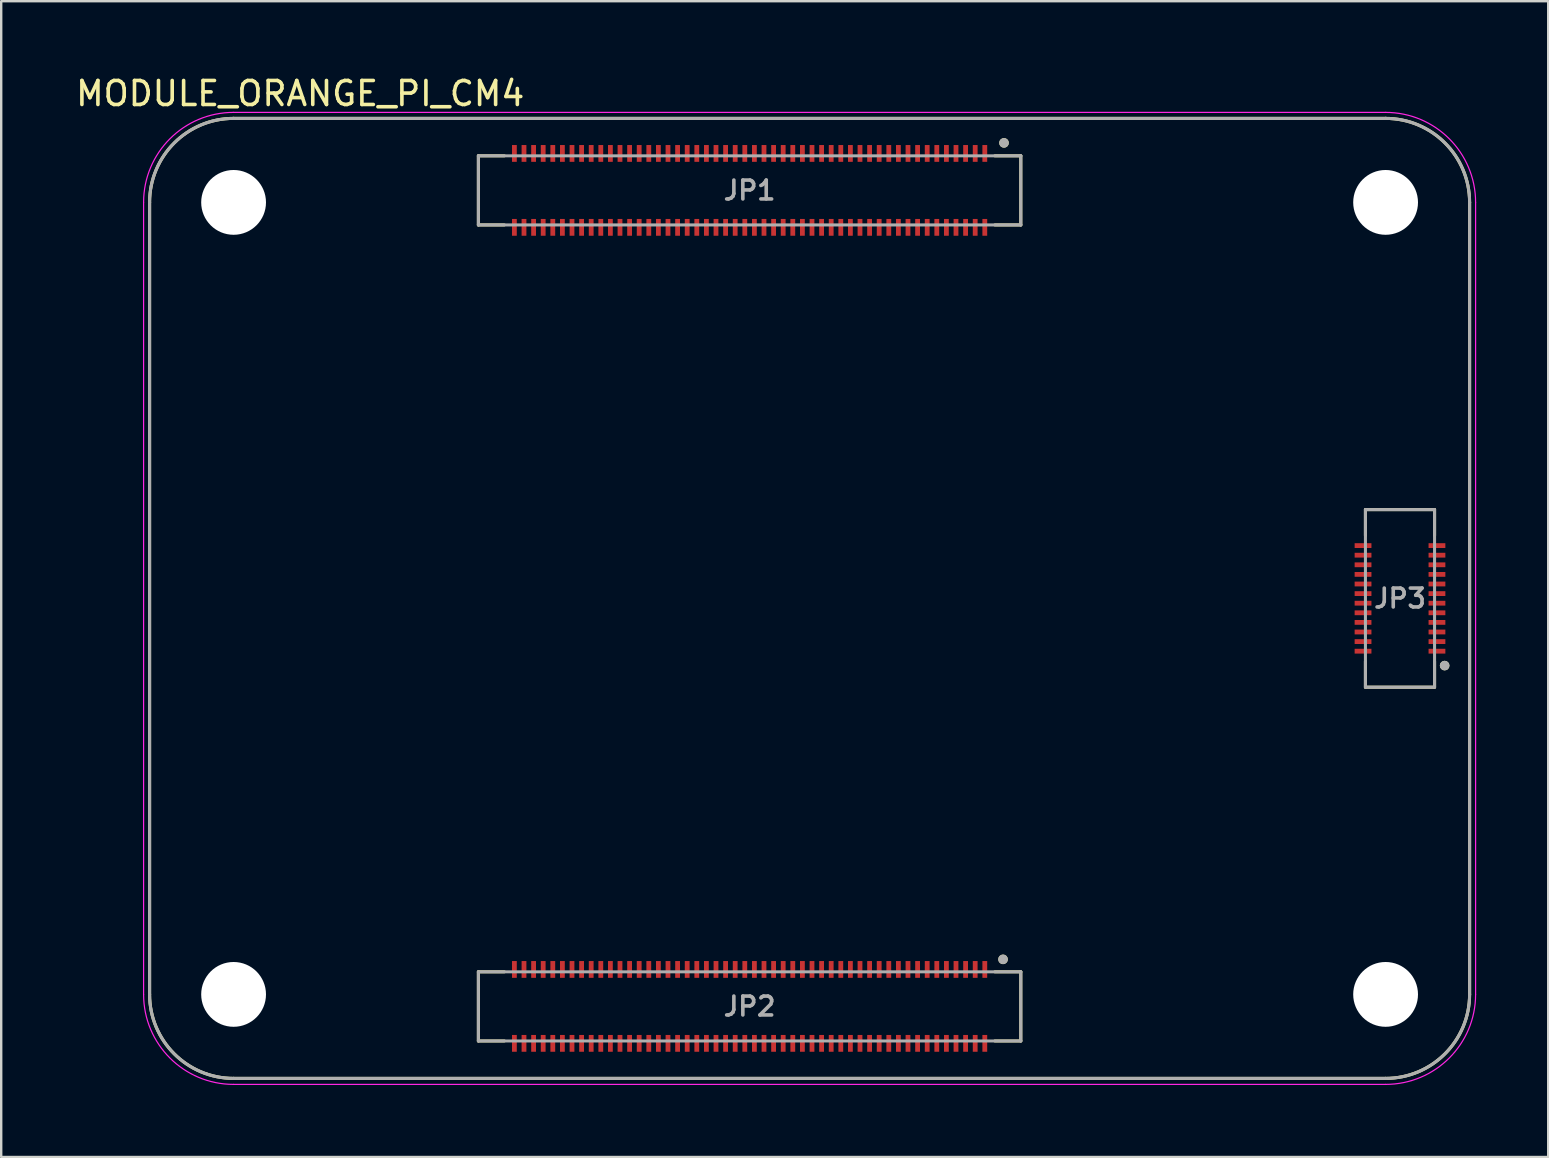
<source format=kicad_pcb>
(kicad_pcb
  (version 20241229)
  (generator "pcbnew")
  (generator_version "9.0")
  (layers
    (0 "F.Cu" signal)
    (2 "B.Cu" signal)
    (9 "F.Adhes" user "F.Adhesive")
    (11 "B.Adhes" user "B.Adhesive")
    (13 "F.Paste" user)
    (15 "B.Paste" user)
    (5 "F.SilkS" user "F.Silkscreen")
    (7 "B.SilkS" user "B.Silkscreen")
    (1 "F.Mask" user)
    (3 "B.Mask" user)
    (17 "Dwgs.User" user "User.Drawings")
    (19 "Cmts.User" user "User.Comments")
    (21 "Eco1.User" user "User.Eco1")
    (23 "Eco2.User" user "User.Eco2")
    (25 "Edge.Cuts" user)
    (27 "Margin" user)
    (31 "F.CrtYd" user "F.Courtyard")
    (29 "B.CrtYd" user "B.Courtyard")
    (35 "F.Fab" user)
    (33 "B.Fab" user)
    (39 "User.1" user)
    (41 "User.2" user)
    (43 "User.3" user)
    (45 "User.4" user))
  (footprint "MODULE_ORANGE_PI_CM4"
    (layer "F.Cu")
    (at 30.683 21.883)
    (property "Reference" "MODULE_ORANGE_PI_CM4" (at -21.225 -21.035 180) (layer "F.SilkS") (effects (font (size 1 1) (thickness 0.15))))
    (attr smd)
    (fp_line (start -27.5 -16.5) (end -27.5 16.5) (stroke (width 0.127) (type solid)) (layer "F.SilkS"))
    (fp_line (start -24 20) (end 24 20) (stroke (width 0.127) (type solid)) (layer "F.SilkS"))
    (fp_line (start -13.8 -18.44) (end -13.8 -15.56) (stroke (width 0.127) (type solid)) (layer "F.SilkS"))
    (fp_line (start -13.8 -15.56) (end -12.72 -15.56) (stroke (width 0.127) (type solid)) (layer "F.SilkS"))
    (fp_line (start -13.8 15.56) (end -13.8 18.44) (stroke (width 0.127) (type solid)) (layer "F.SilkS"))
    (fp_line (start -13.8 18.44) (end -12.72 18.44) (stroke (width 0.127) (type solid)) (layer "F.SilkS"))
    (fp_line (start -12.72 -18.44) (end -13.8 -18.44) (stroke (width 0.127) (type solid)) (layer "F.SilkS"))
    (fp_line (start -12.72 15.56) (end -13.8 15.56) (stroke (width 0.127) (type solid)) (layer "F.SilkS"))
    (fp_line (start 8.8 -18.44) (end 7.72 -18.44) (stroke (width 0.127) (type solid)) (layer "F.SilkS"))
    (fp_line (start 8.8 -18.44) (end 8.8 -15.56) (stroke (width 0.127) (type solid)) (layer "F.SilkS"))
    (fp_line (start 8.8 -15.56) (end 7.72 -15.56) (stroke (width 0.127) (type solid)) (layer "F.SilkS"))
    (fp_line (start 8.8 15.56) (end 7.72 15.56) (stroke (width 0.127) (type solid)) (layer "F.SilkS"))
    (fp_line (start 8.8 15.56) (end 8.8 18.44) (stroke (width 0.127) (type solid)) (layer "F.SilkS"))
    (fp_line (start 8.8 18.44) (end 7.72 18.44) (stroke (width 0.127) (type solid)) (layer "F.SilkS"))
    (fp_line (start 23.16 -3.7) (end 26.04 -3.7) (stroke (width 0.127) (type solid)) (layer "F.SilkS"))
    (fp_line (start 23.16 -2.62) (end 23.16 -3.7) (stroke (width 0.127) (type solid)) (layer "F.SilkS"))
    (fp_line (start 23.16 2.62) (end 23.16 3.7) (stroke (width 0.127) (type solid)) (layer "F.SilkS"))
    (fp_line (start 23.16 3.7) (end 26.04 3.7) (stroke (width 0.127) (type solid)) (layer "F.SilkS"))
    (fp_line (start 24 -20) (end -24 -20) (stroke (width 0.127) (type solid)) (layer "F.SilkS"))
    (fp_line (start 26.04 -3.7) (end 26.04 -2.62) (stroke (width 0.127) (type solid)) (layer "F.SilkS"))
    (fp_line (start 26.04 3.7) (end 26.04 2.62) (stroke (width 0.127) (type solid)) (layer "F.SilkS"))
    (fp_line (start 27.5 16.5) (end 27.5 -16.5) (stroke (width 0.127) (type solid)) (layer "F.SilkS"))
    (fp_arc (start -27.5 -16.5) (mid -26.474874 -18.974874) (end -24 -20) (stroke (width 0.127) (type solid)) (layer "F.SilkS"))
    (fp_arc (start -24 20) (mid -26.474874 18.974874) (end -27.5 16.5) (stroke (width 0.127) (type solid)) (layer "F.SilkS"))
    (fp_arc (start 24 -20) (mid 26.474874 -18.974874) (end 27.5 -16.5) (stroke (width 0.127) (type solid)) (layer "F.SilkS"))
    (fp_arc (start 27.5 16.5) (mid 26.474874 18.974874) (end 24 20) (stroke (width 0.127) (type solid)) (layer "F.SilkS"))
    (fp_circle (center 8.06 15.04) (end 8.16 15.04) (stroke (width 0.2) (type solid)) (fill no) (layer "F.SilkS"))
    (fp_circle (center 8.1 -18.98) (end 8.2 -18.98) (stroke (width 0.2) (type solid)) (fill no) (layer "F.SilkS"))
    (fp_circle (center 26.46 2.8) (end 26.56 2.8) (stroke (width 0.2) (type solid)) (fill no) (layer "F.SilkS"))
    (fp_poly (pts (xy -12.389 -18.853) (xy -12.21 -18.853) (xy -12.21 -18.227) (xy -12.389 -18.227)) (stroke (width 0.01) (type solid)) (fill yes) (layer "F.Paste"))
    (fp_poly (pts (xy -12.389 -15.773) (xy -12.21 -15.773) (xy -12.21 -15.147) (xy -12.389 -15.147)) (stroke (width 0.01) (type solid)) (fill yes) (layer "F.Paste"))
    (fp_poly (pts (xy -12.389 15.147) (xy -12.21 15.147) (xy -12.21 15.773) (xy -12.389 15.773)) (stroke (width 0.01) (type solid)) (fill yes) (layer "F.Paste"))
    (fp_poly (pts (xy -12.389 18.227) (xy -12.21 18.227) (xy -12.21 18.853) (xy -12.389 18.853)) (stroke (width 0.01) (type solid)) (fill yes) (layer "F.Paste"))
    (fp_poly (pts (xy -11.989 -18.853) (xy -11.81 -18.853) (xy -11.81 -18.227) (xy -11.989 -18.227)) (stroke (width 0.01) (type solid)) (fill yes) (layer "F.Paste"))
    (fp_poly (pts (xy -11.989 -15.773) (xy -11.81 -15.773) (xy -11.81 -15.147) (xy -11.989 -15.147)) (stroke (width 0.01) (type solid)) (fill yes) (layer "F.Paste"))
    (fp_poly (pts (xy -11.989 15.147) (xy -11.81 15.147) (xy -11.81 15.773) (xy -11.989 15.773)) (stroke (width 0.01) (type solid)) (fill yes) (layer "F.Paste"))
    (fp_poly (pts (xy -11.989 18.227) (xy -11.81 18.227) (xy -11.81 18.853) (xy -11.989 18.853)) (stroke (width 0.01) (type solid)) (fill yes) (layer "F.Paste"))
    (fp_poly (pts (xy -11.589 -18.853) (xy -11.411 -18.853) (xy -11.411 -18.227) (xy -11.589 -18.227)) (stroke (width 0.01) (type solid)) (fill yes) (layer "F.Paste"))
    (fp_poly (pts (xy -11.589 -15.773) (xy -11.411 -15.773) (xy -11.411 -15.147) (xy -11.589 -15.147)) (stroke (width 0.01) (type solid)) (fill yes) (layer "F.Paste"))
    (fp_poly (pts (xy -11.589 15.147) (xy -11.411 15.147) (xy -11.411 15.773) (xy -11.589 15.773)) (stroke (width 0.01) (type solid)) (fill yes) (layer "F.Paste"))
    (fp_poly (pts (xy -11.589 18.227) (xy -11.411 18.227) (xy -11.411 18.853) (xy -11.589 18.853)) (stroke (width 0.01) (type solid)) (fill yes) (layer "F.Paste"))
    (fp_poly (pts (xy -11.19 -18.853) (xy -11.011 -18.853) (xy -11.011 -18.227) (xy -11.19 -18.227)) (stroke (width 0.01) (type solid)) (fill yes) (layer "F.Paste"))
    (fp_poly (pts (xy -11.19 -15.773) (xy -11.011 -15.773) (xy -11.011 -15.147) (xy -11.19 -15.147)) (stroke (width 0.01) (type solid)) (fill yes) (layer "F.Paste"))
    (fp_poly (pts (xy -11.19 15.147) (xy -11.011 15.147) (xy -11.011 15.773) (xy -11.19 15.773)) (stroke (width 0.01) (type solid)) (fill yes) (layer "F.Paste"))
    (fp_poly (pts (xy -11.19 18.227) (xy -11.011 18.227) (xy -11.011 18.853) (xy -11.19 18.853)) (stroke (width 0.01) (type solid)) (fill yes) (layer "F.Paste"))
    (fp_poly (pts (xy -10.79 -18.853) (xy -10.611 -18.853) (xy -10.611 -18.227) (xy -10.79 -18.227)) (stroke (width 0.01) (type solid)) (fill yes) (layer "F.Paste"))
    (fp_poly (pts (xy -10.79 -15.773) (xy -10.611 -15.773) (xy -10.611 -15.147) (xy -10.79 -15.147)) (stroke (width 0.01) (type solid)) (fill yes) (layer "F.Paste"))
    (fp_poly (pts (xy -10.79 15.147) (xy -10.611 15.147) (xy -10.611 15.773) (xy -10.79 15.773)) (stroke (width 0.01) (type solid)) (fill yes) (layer "F.Paste"))
    (fp_poly (pts (xy -10.79 18.227) (xy -10.611 18.227) (xy -10.611 18.853) (xy -10.79 18.853)) (stroke (width 0.01) (type solid)) (fill yes) (layer "F.Paste"))
    (fp_poly (pts (xy -10.389 -18.853) (xy -10.21 -18.853) (xy -10.21 -18.227) (xy -10.389 -18.227)) (stroke (width 0.01) (type solid)) (fill yes) (layer "F.Paste"))
    (fp_poly (pts (xy -10.389 -15.773) (xy -10.21 -15.773) (xy -10.21 -15.147) (xy -10.389 -15.147)) (stroke (width 0.01) (type solid)) (fill yes) (layer "F.Paste"))
    (fp_poly (pts (xy -10.389 15.147) (xy -10.21 15.147) (xy -10.21 15.773) (xy -10.389 15.773)) (stroke (width 0.01) (type solid)) (fill yes) (layer "F.Paste"))
    (fp_poly (pts (xy -10.389 18.227) (xy -10.21 18.227) (xy -10.21 18.853) (xy -10.389 18.853)) (stroke (width 0.01) (type solid)) (fill yes) (layer "F.Paste"))
    (fp_poly (pts (xy -9.989 -18.853) (xy -9.81 -18.853) (xy -9.81 -18.227) (xy -9.989 -18.227)) (stroke (width 0.01) (type solid)) (fill yes) (layer "F.Paste"))
    (fp_poly (pts (xy -9.989 -15.773) (xy -9.81 -15.773) (xy -9.81 -15.147) (xy -9.989 -15.147)) (stroke (width 0.01) (type solid)) (fill yes) (layer "F.Paste"))
    (fp_poly (pts (xy -9.989 15.147) (xy -9.81 15.147) (xy -9.81 15.773) (xy -9.989 15.773)) (stroke (width 0.01) (type solid)) (fill yes) (layer "F.Paste"))
    (fp_poly (pts (xy -9.989 18.227) (xy -9.81 18.227) (xy -9.81 18.853) (xy -9.989 18.853)) (stroke (width 0.01) (type solid)) (fill yes) (layer "F.Paste"))
    (fp_poly (pts (xy -9.589 -18.853) (xy -9.411 -18.853) (xy -9.411 -18.227) (xy -9.589 -18.227)) (stroke (width 0.01) (type solid)) (fill yes) (layer "F.Paste"))
    (fp_poly (pts (xy -9.589 -15.773) (xy -9.411 -15.773) (xy -9.411 -15.147) (xy -9.589 -15.147)) (stroke (width 0.01) (type solid)) (fill yes) (layer "F.Paste"))
    (fp_poly (pts (xy -9.589 15.147) (xy -9.411 15.147) (xy -9.411 15.773) (xy -9.589 15.773)) (stroke (width 0.01) (type solid)) (fill yes) (layer "F.Paste"))
    (fp_poly (pts (xy -9.589 18.227) (xy -9.411 18.227) (xy -9.411 18.853) (xy -9.589 18.853)) (stroke (width 0.01) (type solid)) (fill yes) (layer "F.Paste"))
    (fp_poly (pts (xy -9.19 -18.853) (xy -9.011 -18.853) (xy -9.011 -18.227) (xy -9.19 -18.227)) (stroke (width 0.01) (type solid)) (fill yes) (layer "F.Paste"))
    (fp_poly (pts (xy -9.19 -15.773) (xy -9.011 -15.773) (xy -9.011 -15.147) (xy -9.19 -15.147)) (stroke (width 0.01) (type solid)) (fill yes) (layer "F.Paste"))
    (fp_poly (pts (xy -9.19 15.147) (xy -9.011 15.147) (xy -9.011 15.773) (xy -9.19 15.773)) (stroke (width 0.01) (type solid)) (fill yes) (layer "F.Paste"))
    (fp_poly (pts (xy -9.19 18.227) (xy -9.011 18.227) (xy -9.011 18.853) (xy -9.19 18.853)) (stroke (width 0.01) (type solid)) (fill yes) (layer "F.Paste"))
    (fp_poly (pts (xy -8.79 -18.853) (xy -8.611 -18.853) (xy -8.611 -18.227) (xy -8.79 -18.227)) (stroke (width 0.01) (type solid)) (fill yes) (layer "F.Paste"))
    (fp_poly (pts (xy -8.79 -15.773) (xy -8.611 -15.773) (xy -8.611 -15.147) (xy -8.79 -15.147)) (stroke (width 0.01) (type solid)) (fill yes) (layer "F.Paste"))
    (fp_poly (pts (xy -8.79 15.147) (xy -8.611 15.147) (xy -8.611 15.773) (xy -8.79 15.773)) (stroke (width 0.01) (type solid)) (fill yes) (layer "F.Paste"))
    (fp_poly (pts (xy -8.79 18.227) (xy -8.611 18.227) (xy -8.611 18.853) (xy -8.79 18.853)) (stroke (width 0.01) (type solid)) (fill yes) (layer "F.Paste"))
    (fp_poly (pts (xy -8.389 -18.853) (xy -8.21 -18.853) (xy -8.21 -18.227) (xy -8.389 -18.227)) (stroke (width 0.01) (type solid)) (fill yes) (layer "F.Paste"))
    (fp_poly (pts (xy -8.389 -15.773) (xy -8.21 -15.773) (xy -8.21 -15.147) (xy -8.389 -15.147)) (stroke (width 0.01) (type solid)) (fill yes) (layer "F.Paste"))
    (fp_poly (pts (xy -8.389 15.147) (xy -8.21 15.147) (xy -8.21 15.773) (xy -8.389 15.773)) (stroke (width 0.01) (type solid)) (fill yes) (layer "F.Paste"))
    (fp_poly (pts (xy -8.389 18.227) (xy -8.21 18.227) (xy -8.21 18.853) (xy -8.389 18.853)) (stroke (width 0.01) (type solid)) (fill yes) (layer "F.Paste"))
    (fp_poly (pts (xy -7.989 -18.853) (xy -7.811 -18.853) (xy -7.811 -18.227) (xy -7.989 -18.227)) (stroke (width 0.01) (type solid)) (fill yes) (layer "F.Paste"))
    (fp_poly (pts (xy -7.989 -15.773) (xy -7.811 -15.773) (xy -7.811 -15.147) (xy -7.989 -15.147)) (stroke (width 0.01) (type solid)) (fill yes) (layer "F.Paste"))
    (fp_poly (pts (xy -7.989 15.147) (xy -7.811 15.147) (xy -7.811 15.773) (xy -7.989 15.773)) (stroke (width 0.01) (type solid)) (fill yes) (layer "F.Paste"))
    (fp_poly (pts (xy -7.989 18.227) (xy -7.811 18.227) (xy -7.811 18.853) (xy -7.989 18.853)) (stroke (width 0.01) (type solid)) (fill yes) (layer "F.Paste"))
    (fp_poly (pts (xy -7.59 -18.853) (xy -7.41 -18.853) (xy -7.41 -18.227) (xy -7.59 -18.227)) (stroke (width 0.01) (type solid)) (fill yes) (layer "F.Paste"))
    (fp_poly (pts (xy -7.59 -15.773) (xy -7.41 -15.773) (xy -7.41 -15.147) (xy -7.59 -15.147)) (stroke (width 0.01) (type solid)) (fill yes) (layer "F.Paste"))
    (fp_poly (pts (xy -7.59 15.147) (xy -7.41 15.147) (xy -7.41 15.773) (xy -7.59 15.773)) (stroke (width 0.01) (type solid)) (fill yes) (layer "F.Paste"))
    (fp_poly (pts (xy -7.59 18.227) (xy -7.41 18.227) (xy -7.41 18.853) (xy -7.59 18.853)) (stroke (width 0.01) (type solid)) (fill yes) (layer "F.Paste"))
    (fp_poly (pts (xy -7.189 -18.853) (xy -7.011 -18.853) (xy -7.011 -18.227) (xy -7.189 -18.227)) (stroke (width 0.01) (type solid)) (fill yes) (layer "F.Paste"))
    (fp_poly (pts (xy -7.189 -15.773) (xy -7.011 -15.773) (xy -7.011 -15.147) (xy -7.189 -15.147)) (stroke (width 0.01) (type solid)) (fill yes) (layer "F.Paste"))
    (fp_poly (pts (xy -7.189 15.147) (xy -7.011 15.147) (xy -7.011 15.773) (xy -7.189 15.773)) (stroke (width 0.01) (type solid)) (fill yes) (layer "F.Paste"))
    (fp_poly (pts (xy -7.189 18.227) (xy -7.011 18.227) (xy -7.011 18.853) (xy -7.189 18.853)) (stroke (width 0.01) (type solid)) (fill yes) (layer "F.Paste"))
    (fp_poly (pts (xy -6.79 -18.853) (xy -6.611 -18.853) (xy -6.611 -18.227) (xy -6.79 -18.227)) (stroke (width 0.01) (type solid)) (fill yes) (layer "F.Paste"))
    (fp_poly (pts (xy -6.79 -15.773) (xy -6.611 -15.773) (xy -6.611 -15.147) (xy -6.79 -15.147)) (stroke (width 0.01) (type solid)) (fill yes) (layer "F.Paste"))
    (fp_poly (pts (xy -6.79 15.147) (xy -6.611 15.147) (xy -6.611 15.773) (xy -6.79 15.773)) (stroke (width 0.01) (type solid)) (fill yes) (layer "F.Paste"))
    (fp_poly (pts (xy -6.79 18.227) (xy -6.611 18.227) (xy -6.611 18.853) (xy -6.79 18.853)) (stroke (width 0.01) (type solid)) (fill yes) (layer "F.Paste"))
    (fp_poly (pts (xy -6.389 -18.853) (xy -6.21 -18.853) (xy -6.21 -18.227) (xy -6.389 -18.227)) (stroke (width 0.01) (type solid)) (fill yes) (layer "F.Paste"))
    (fp_poly (pts (xy -6.389 -15.773) (xy -6.21 -15.773) (xy -6.21 -15.147) (xy -6.389 -15.147)) (stroke (width 0.01) (type solid)) (fill yes) (layer "F.Paste"))
    (fp_poly (pts (xy -6.389 15.147) (xy -6.21 15.147) (xy -6.21 15.773) (xy -6.389 15.773)) (stroke (width 0.01) (type solid)) (fill yes) (layer "F.Paste"))
    (fp_poly (pts (xy -6.389 18.227) (xy -6.21 18.227) (xy -6.21 18.853) (xy -6.389 18.853)) (stroke (width 0.01) (type solid)) (fill yes) (layer "F.Paste"))
    (fp_poly (pts (xy -5.989 -18.853) (xy -5.811 -18.853) (xy -5.811 -18.227) (xy -5.989 -18.227)) (stroke (width 0.01) (type solid)) (fill yes) (layer "F.Paste"))
    (fp_poly (pts (xy -5.989 -15.773) (xy -5.811 -15.773) (xy -5.811 -15.147) (xy -5.989 -15.147)) (stroke (width 0.01) (type solid)) (fill yes) (layer "F.Paste"))
    (fp_poly (pts (xy -5.989 15.147) (xy -5.811 15.147) (xy -5.811 15.773) (xy -5.989 15.773)) (stroke (width 0.01) (type solid)) (fill yes) (layer "F.Paste"))
    (fp_poly (pts (xy -5.989 18.227) (xy -5.811 18.227) (xy -5.811 18.853) (xy -5.989 18.853)) (stroke (width 0.01) (type solid)) (fill yes) (layer "F.Paste"))
    (fp_poly (pts (xy -5.59 -18.853) (xy -5.41 -18.853) (xy -5.41 -18.227) (xy -5.59 -18.227)) (stroke (width 0.01) (type solid)) (fill yes) (layer "F.Paste"))
    (fp_poly (pts (xy -5.59 -15.773) (xy -5.41 -15.773) (xy -5.41 -15.147) (xy -5.59 -15.147)) (stroke (width 0.01) (type solid)) (fill yes) (layer "F.Paste"))
    (fp_poly (pts (xy -5.59 15.147) (xy -5.41 15.147) (xy -5.41 15.773) (xy -5.59 15.773)) (stroke (width 0.01) (type solid)) (fill yes) (layer "F.Paste"))
    (fp_poly (pts (xy -5.59 18.227) (xy -5.41 18.227) (xy -5.41 18.853) (xy -5.59 18.853)) (stroke (width 0.01) (type solid)) (fill yes) (layer "F.Paste"))
    (fp_poly (pts (xy -5.189 -18.853) (xy -5.011 -18.853) (xy -5.011 -18.227) (xy -5.189 -18.227)) (stroke (width 0.01) (type solid)) (fill yes) (layer "F.Paste"))
    (fp_poly (pts (xy -5.189 -15.773) (xy -5.011 -15.773) (xy -5.011 -15.147) (xy -5.189 -15.147)) (stroke (width 0.01) (type solid)) (fill yes) (layer "F.Paste"))
    (fp_poly (pts (xy -5.189 15.147) (xy -5.011 15.147) (xy -5.011 15.773) (xy -5.189 15.773)) (stroke (width 0.01) (type solid)) (fill yes) (layer "F.Paste"))
    (fp_poly (pts (xy -5.189 18.227) (xy -5.011 18.227) (xy -5.011 18.853) (xy -5.189 18.853)) (stroke (width 0.01) (type solid)) (fill yes) (layer "F.Paste"))
    (fp_poly (pts (xy -4.79 -18.853) (xy -4.611 -18.853) (xy -4.611 -18.227) (xy -4.79 -18.227)) (stroke (width 0.01) (type solid)) (fill yes) (layer "F.Paste"))
    (fp_poly (pts (xy -4.79 -15.773) (xy -4.611 -15.773) (xy -4.611 -15.147) (xy -4.79 -15.147)) (stroke (width 0.01) (type solid)) (fill yes) (layer "F.Paste"))
    (fp_poly (pts (xy -4.79 15.147) (xy -4.611 15.147) (xy -4.611 15.773) (xy -4.79 15.773)) (stroke (width 0.01) (type solid)) (fill yes) (layer "F.Paste"))
    (fp_poly (pts (xy -4.79 18.227) (xy -4.611 18.227) (xy -4.611 18.853) (xy -4.79 18.853)) (stroke (width 0.01) (type solid)) (fill yes) (layer "F.Paste"))
    (fp_poly (pts (xy -4.389 -18.853) (xy -4.21 -18.853) (xy -4.21 -18.227) (xy -4.389 -18.227)) (stroke (width 0.01) (type solid)) (fill yes) (layer "F.Paste"))
    (fp_poly (pts (xy -4.389 -15.773) (xy -4.21 -15.773) (xy -4.21 -15.147) (xy -4.389 -15.147)) (stroke (width 0.01) (type solid)) (fill yes) (layer "F.Paste"))
    (fp_poly (pts (xy -4.389 15.147) (xy -4.21 15.147) (xy -4.21 15.773) (xy -4.389 15.773)) (stroke (width 0.01) (type solid)) (fill yes) (layer "F.Paste"))
    (fp_poly (pts (xy -4.389 18.227) (xy -4.21 18.227) (xy -4.21 18.853) (xy -4.389 18.853)) (stroke (width 0.01) (type solid)) (fill yes) (layer "F.Paste"))
    (fp_poly (pts (xy -3.99 -18.853) (xy -3.811 -18.853) (xy -3.811 -18.227) (xy -3.99 -18.227)) (stroke (width 0.01) (type solid)) (fill yes) (layer "F.Paste"))
    (fp_poly (pts (xy -3.99 -15.773) (xy -3.811 -15.773) (xy -3.811 -15.147) (xy -3.99 -15.147)) (stroke (width 0.01) (type solid)) (fill yes) (layer "F.Paste"))
    (fp_poly (pts (xy -3.99 15.147) (xy -3.811 15.147) (xy -3.811 15.773) (xy -3.99 15.773)) (stroke (width 0.01) (type solid)) (fill yes) (layer "F.Paste"))
    (fp_poly (pts (xy -3.99 18.227) (xy -3.811 18.227) (xy -3.811 18.853) (xy -3.99 18.853)) (stroke (width 0.01) (type solid)) (fill yes) (layer "F.Paste"))
    (fp_poly (pts (xy -3.59 -18.853) (xy -3.41 -18.853) (xy -3.41 -18.227) (xy -3.59 -18.227)) (stroke (width 0.01) (type solid)) (fill yes) (layer "F.Paste"))
    (fp_poly (pts (xy -3.59 -15.773) (xy -3.41 -15.773) (xy -3.41 -15.147) (xy -3.59 -15.147)) (stroke (width 0.01) (type solid)) (fill yes) (layer "F.Paste"))
    (fp_poly (pts (xy -3.59 15.147) (xy -3.41 15.147) (xy -3.41 15.773) (xy -3.59 15.773)) (stroke (width 0.01) (type solid)) (fill yes) (layer "F.Paste"))
    (fp_poly (pts (xy -3.59 18.227) (xy -3.41 18.227) (xy -3.41 18.853) (xy -3.59 18.853)) (stroke (width 0.01) (type solid)) (fill yes) (layer "F.Paste"))
    (fp_poly (pts (xy -3.189 -18.853) (xy -3.01 -18.853) (xy -3.01 -18.227) (xy -3.189 -18.227)) (stroke (width 0.01) (type solid)) (fill yes) (layer "F.Paste"))
    (fp_poly (pts (xy -3.189 -15.773) (xy -3.01 -15.773) (xy -3.01 -15.147) (xy -3.189 -15.147)) (stroke (width 0.01) (type solid)) (fill yes) (layer "F.Paste"))
    (fp_poly (pts (xy -3.189 15.147) (xy -3.01 15.147) (xy -3.01 15.773) (xy -3.189 15.773)) (stroke (width 0.01) (type solid)) (fill yes) (layer "F.Paste"))
    (fp_poly (pts (xy -3.189 18.227) (xy -3.01 18.227) (xy -3.01 18.853) (xy -3.189 18.853)) (stroke (width 0.01) (type solid)) (fill yes) (layer "F.Paste"))
    (fp_poly (pts (xy -2.789 -18.853) (xy -2.611 -18.853) (xy -2.611 -18.227) (xy -2.789 -18.227)) (stroke (width 0.01) (type solid)) (fill yes) (layer "F.Paste"))
    (fp_poly (pts (xy -2.789 -15.773) (xy -2.611 -15.773) (xy -2.611 -15.147) (xy -2.789 -15.147)) (stroke (width 0.01) (type solid)) (fill yes) (layer "F.Paste"))
    (fp_poly (pts (xy -2.789 15.147) (xy -2.611 15.147) (xy -2.611 15.773) (xy -2.789 15.773)) (stroke (width 0.01) (type solid)) (fill yes) (layer "F.Paste"))
    (fp_poly (pts (xy -2.789 18.227) (xy -2.611 18.227) (xy -2.611 18.853) (xy -2.789 18.853)) (stroke (width 0.01) (type solid)) (fill yes) (layer "F.Paste"))
    (fp_poly (pts (xy -2.389 -18.853) (xy -2.211 -18.853) (xy -2.211 -18.227) (xy -2.389 -18.227)) (stroke (width 0.01) (type solid)) (fill yes) (layer "F.Paste"))
    (fp_poly (pts (xy -2.389 -15.773) (xy -2.211 -15.773) (xy -2.211 -15.147) (xy -2.389 -15.147)) (stroke (width 0.01) (type solid)) (fill yes) (layer "F.Paste"))
    (fp_poly (pts (xy -2.389 15.147) (xy -2.211 15.147) (xy -2.211 15.773) (xy -2.389 15.773)) (stroke (width 0.01) (type solid)) (fill yes) (layer "F.Paste"))
    (fp_poly (pts (xy -2.389 18.227) (xy -2.211 18.227) (xy -2.211 18.853) (xy -2.389 18.853)) (stroke (width 0.01) (type solid)) (fill yes) (layer "F.Paste"))
    (fp_poly (pts (xy -1.99 -18.853) (xy -1.81 -18.853) (xy -1.81 -18.227) (xy -1.99 -18.227)) (stroke (width 0.01) (type solid)) (fill yes) (layer "F.Paste"))
    (fp_poly (pts (xy -1.99 -15.773) (xy -1.81 -15.773) (xy -1.81 -15.147) (xy -1.99 -15.147)) (stroke (width 0.01) (type solid)) (fill yes) (layer "F.Paste"))
    (fp_poly (pts (xy -1.99 15.147) (xy -1.81 15.147) (xy -1.81 15.773) (xy -1.99 15.773)) (stroke (width 0.01) (type solid)) (fill yes) (layer "F.Paste"))
    (fp_poly (pts (xy -1.99 18.227) (xy -1.81 18.227) (xy -1.81 18.853) (xy -1.99 18.853)) (stroke (width 0.01) (type solid)) (fill yes) (layer "F.Paste"))
    (fp_poly (pts (xy -1.589 -18.853) (xy -1.411 -18.853) (xy -1.411 -18.227) (xy -1.589 -18.227)) (stroke (width 0.01) (type solid)) (fill yes) (layer "F.Paste"))
    (fp_poly (pts (xy -1.589 -15.773) (xy -1.411 -15.773) (xy -1.411 -15.147) (xy -1.589 -15.147)) (stroke (width 0.01) (type solid)) (fill yes) (layer "F.Paste"))
    (fp_poly (pts (xy -1.589 15.147) (xy -1.411 15.147) (xy -1.411 15.773) (xy -1.589 15.773)) (stroke (width 0.01) (type solid)) (fill yes) (layer "F.Paste"))
    (fp_poly (pts (xy -1.589 18.227) (xy -1.411 18.227) (xy -1.411 18.853) (xy -1.589 18.853)) (stroke (width 0.01) (type solid)) (fill yes) (layer "F.Paste"))
    (fp_poly (pts (xy -1.19 -18.853) (xy -1.01 -18.853) (xy -1.01 -18.227) (xy -1.19 -18.227)) (stroke (width 0.01) (type solid)) (fill yes) (layer "F.Paste"))
    (fp_poly (pts (xy -1.19 -15.773) (xy -1.01 -15.773) (xy -1.01 -15.147) (xy -1.19 -15.147)) (stroke (width 0.01) (type solid)) (fill yes) (layer "F.Paste"))
    (fp_poly (pts (xy -1.19 15.147) (xy -1.01 15.147) (xy -1.01 15.773) (xy -1.19 15.773)) (stroke (width 0.01) (type solid)) (fill yes) (layer "F.Paste"))
    (fp_poly (pts (xy -1.19 18.227) (xy -1.01 18.227) (xy -1.01 18.853) (xy -1.19 18.853)) (stroke (width 0.01) (type solid)) (fill yes) (layer "F.Paste"))
    (fp_poly (pts (xy -0.789 -18.853) (xy -0.611 -18.853) (xy -0.611 -18.227) (xy -0.789 -18.227)) (stroke (width 0.01) (type solid)) (fill yes) (layer "F.Paste"))
    (fp_poly (pts (xy -0.789 -15.773) (xy -0.611 -15.773) (xy -0.611 -15.147) (xy -0.789 -15.147)) (stroke (width 0.01) (type solid)) (fill yes) (layer "F.Paste"))
    (fp_poly (pts (xy -0.789 15.147) (xy -0.611 15.147) (xy -0.611 15.773) (xy -0.789 15.773)) (stroke (width 0.01) (type solid)) (fill yes) (layer "F.Paste"))
    (fp_poly (pts (xy -0.789 18.227) (xy -0.611 18.227) (xy -0.611 18.853) (xy -0.789 18.853)) (stroke (width 0.01) (type solid)) (fill yes) (layer "F.Paste"))
    (fp_poly (pts (xy -0.39 -18.853) (xy -0.21 -18.853) (xy -0.21 -18.227) (xy -0.39 -18.227)) (stroke (width 0.01) (type solid)) (fill yes) (layer "F.Paste"))
    (fp_poly (pts (xy -0.39 -15.773) (xy -0.21 -15.773) (xy -0.21 -15.147) (xy -0.39 -15.147)) (stroke (width 0.01) (type solid)) (fill yes) (layer "F.Paste"))
    (fp_poly (pts (xy -0.39 15.147) (xy -0.21 15.147) (xy -0.21 15.773) (xy -0.39 15.773)) (stroke (width 0.01) (type solid)) (fill yes) (layer "F.Paste"))
    (fp_poly (pts (xy -0.39 18.227) (xy -0.21 18.227) (xy -0.21 18.853) (xy -0.39 18.853)) (stroke (width 0.01) (type solid)) (fill yes) (layer "F.Paste"))
    (fp_poly (pts (xy 0.011 -18.853) (xy 0.19 -18.853) (xy 0.19 -18.227) (xy 0.011 -18.227)) (stroke (width 0.01) (type solid)) (fill yes) (layer "F.Paste"))
    (fp_poly (pts (xy 0.011 -15.773) (xy 0.19 -15.773) (xy 0.19 -15.147) (xy 0.011 -15.147)) (stroke (width 0.01) (type solid)) (fill yes) (layer "F.Paste"))
    (fp_poly (pts (xy 0.011 15.147) (xy 0.19 15.147) (xy 0.19 15.773) (xy 0.011 15.773)) (stroke (width 0.01) (type solid)) (fill yes) (layer "F.Paste"))
    (fp_poly (pts (xy 0.011 18.227) (xy 0.19 18.227) (xy 0.19 18.853) (xy 0.011 18.853)) (stroke (width 0.01) (type solid)) (fill yes) (layer "F.Paste"))
    (fp_poly (pts (xy 0.41 -18.853) (xy 0.59 -18.853) (xy 0.59 -18.227) (xy 0.41 -18.227)) (stroke (width 0.01) (type solid)) (fill yes) (layer "F.Paste"))
    (fp_poly (pts (xy 0.41 -15.773) (xy 0.59 -15.773) (xy 0.59 -15.147) (xy 0.41 -15.147)) (stroke (width 0.01) (type solid)) (fill yes) (layer "F.Paste"))
    (fp_poly (pts (xy 0.41 15.147) (xy 0.59 15.147) (xy 0.59 15.773) (xy 0.41 15.773)) (stroke (width 0.01) (type solid)) (fill yes) (layer "F.Paste"))
    (fp_poly (pts (xy 0.41 18.227) (xy 0.59 18.227) (xy 0.59 18.853) (xy 0.41 18.853)) (stroke (width 0.01) (type solid)) (fill yes) (layer "F.Paste"))
    (fp_poly (pts (xy 0.81 -18.853) (xy 0.99 -18.853) (xy 0.99 -18.227) (xy 0.81 -18.227)) (stroke (width 0.01) (type solid)) (fill yes) (layer "F.Paste"))
    (fp_poly (pts (xy 0.81 -15.773) (xy 0.99 -15.773) (xy 0.99 -15.147) (xy 0.81 -15.147)) (stroke (width 0.01) (type solid)) (fill yes) (layer "F.Paste"))
    (fp_poly (pts (xy 0.81 15.147) (xy 0.99 15.147) (xy 0.99 15.773) (xy 0.81 15.773)) (stroke (width 0.01) (type solid)) (fill yes) (layer "F.Paste"))
    (fp_poly (pts (xy 0.81 18.227) (xy 0.99 18.227) (xy 0.99 18.853) (xy 0.81 18.853)) (stroke (width 0.01) (type solid)) (fill yes) (layer "F.Paste"))
    (fp_poly (pts (xy 1.21 -18.853) (xy 1.389 -18.853) (xy 1.389 -18.227) (xy 1.21 -18.227)) (stroke (width 0.01) (type solid)) (fill yes) (layer "F.Paste"))
    (fp_poly (pts (xy 1.21 -15.773) (xy 1.389 -15.773) (xy 1.389 -15.147) (xy 1.21 -15.147)) (stroke (width 0.01) (type solid)) (fill yes) (layer "F.Paste"))
    (fp_poly (pts (xy 1.21 15.147) (xy 1.389 15.147) (xy 1.389 15.773) (xy 1.21 15.773)) (stroke (width 0.01) (type solid)) (fill yes) (layer "F.Paste"))
    (fp_poly (pts (xy 1.21 18.227) (xy 1.389 18.227) (xy 1.389 18.853) (xy 1.21 18.853)) (stroke (width 0.01) (type solid)) (fill yes) (layer "F.Paste"))
    (fp_poly (pts (xy 1.611 -18.853) (xy 1.79 -18.853) (xy 1.79 -18.227) (xy 1.611 -18.227)) (stroke (width 0.01) (type solid)) (fill yes) (layer "F.Paste"))
    (fp_poly (pts (xy 1.611 -15.773) (xy 1.79 -15.773) (xy 1.79 -15.147) (xy 1.611 -15.147)) (stroke (width 0.01) (type solid)) (fill yes) (layer "F.Paste"))
    (fp_poly (pts (xy 1.611 15.147) (xy 1.79 15.147) (xy 1.79 15.773) (xy 1.611 15.773)) (stroke (width 0.01) (type solid)) (fill yes) (layer "F.Paste"))
    (fp_poly (pts (xy 1.611 18.227) (xy 1.79 18.227) (xy 1.79 18.853) (xy 1.611 18.853)) (stroke (width 0.01) (type solid)) (fill yes) (layer "F.Paste"))
    (fp_poly (pts (xy 2.01 -18.853) (xy 2.189 -18.853) (xy 2.189 -18.227) (xy 2.01 -18.227)) (stroke (width 0.01) (type solid)) (fill yes) (layer "F.Paste"))
    (fp_poly (pts (xy 2.01 -15.773) (xy 2.189 -15.773) (xy 2.189 -15.147) (xy 2.01 -15.147)) (stroke (width 0.01) (type solid)) (fill yes) (layer "F.Paste"))
    (fp_poly (pts (xy 2.01 15.147) (xy 2.189 15.147) (xy 2.189 15.773) (xy 2.01 15.773)) (stroke (width 0.01) (type solid)) (fill yes) (layer "F.Paste"))
    (fp_poly (pts (xy 2.01 18.227) (xy 2.189 18.227) (xy 2.189 18.853) (xy 2.01 18.853)) (stroke (width 0.01) (type solid)) (fill yes) (layer "F.Paste"))
    (fp_poly (pts (xy 2.41 -18.853) (xy 2.59 -18.853) (xy 2.59 -18.227) (xy 2.41 -18.227)) (stroke (width 0.01) (type solid)) (fill yes) (layer "F.Paste"))
    (fp_poly (pts (xy 2.41 -15.773) (xy 2.59 -15.773) (xy 2.59 -15.147) (xy 2.41 -15.147)) (stroke (width 0.01) (type solid)) (fill yes) (layer "F.Paste"))
    (fp_poly (pts (xy 2.41 15.147) (xy 2.59 15.147) (xy 2.59 15.773) (xy 2.41 15.773)) (stroke (width 0.01) (type solid)) (fill yes) (layer "F.Paste"))
    (fp_poly (pts (xy 2.41 18.227) (xy 2.59 18.227) (xy 2.59 18.853) (xy 2.41 18.853)) (stroke (width 0.01) (type solid)) (fill yes) (layer "F.Paste"))
    (fp_poly (pts (xy 2.811 -18.853) (xy 2.99 -18.853) (xy 2.99 -18.227) (xy 2.811 -18.227)) (stroke (width 0.01) (type solid)) (fill yes) (layer "F.Paste"))
    (fp_poly (pts (xy 2.811 -15.773) (xy 2.99 -15.773) (xy 2.99 -15.147) (xy 2.811 -15.147)) (stroke (width 0.01) (type solid)) (fill yes) (layer "F.Paste"))
    (fp_poly (pts (xy 2.811 15.147) (xy 2.99 15.147) (xy 2.99 15.773) (xy 2.811 15.773)) (stroke (width 0.01) (type solid)) (fill yes) (layer "F.Paste"))
    (fp_poly (pts (xy 2.811 18.227) (xy 2.99 18.227) (xy 2.99 18.853) (xy 2.811 18.853)) (stroke (width 0.01) (type solid)) (fill yes) (layer "F.Paste"))
    (fp_poly (pts (xy 3.211 -18.853) (xy 3.389 -18.853) (xy 3.389 -18.227) (xy 3.211 -18.227)) (stroke (width 0.01) (type solid)) (fill yes) (layer "F.Paste"))
    (fp_poly (pts (xy 3.211 -15.773) (xy 3.389 -15.773) (xy 3.389 -15.147) (xy 3.211 -15.147)) (stroke (width 0.01) (type solid)) (fill yes) (layer "F.Paste"))
    (fp_poly (pts (xy 3.211 15.147) (xy 3.389 15.147) (xy 3.389 15.773) (xy 3.211 15.773)) (stroke (width 0.01) (type solid)) (fill yes) (layer "F.Paste"))
    (fp_poly (pts (xy 3.211 18.227) (xy 3.389 18.227) (xy 3.389 18.853) (xy 3.211 18.853)) (stroke (width 0.01) (type solid)) (fill yes) (layer "F.Paste"))
    (fp_poly (pts (xy 3.611 -18.853) (xy 3.789 -18.853) (xy 3.789 -18.227) (xy 3.611 -18.227)) (stroke (width 0.01) (type solid)) (fill yes) (layer "F.Paste"))
    (fp_poly (pts (xy 3.611 -15.773) (xy 3.789 -15.773) (xy 3.789 -15.147) (xy 3.611 -15.147)) (stroke (width 0.01) (type solid)) (fill yes) (layer "F.Paste"))
    (fp_poly (pts (xy 3.611 15.147) (xy 3.789 15.147) (xy 3.789 15.773) (xy 3.611 15.773)) (stroke (width 0.01) (type solid)) (fill yes) (layer "F.Paste"))
    (fp_poly (pts (xy 3.611 18.227) (xy 3.789 18.227) (xy 3.789 18.853) (xy 3.611 18.853)) (stroke (width 0.01) (type solid)) (fill yes) (layer "F.Paste"))
    (fp_poly (pts (xy 4.011 -18.853) (xy 4.189 -18.853) (xy 4.189 -18.227) (xy 4.011 -18.227)) (stroke (width 0.01) (type solid)) (fill yes) (layer "F.Paste"))
    (fp_poly (pts (xy 4.011 -15.773) (xy 4.189 -15.773) (xy 4.189 -15.147) (xy 4.011 -15.147)) (stroke (width 0.01) (type solid)) (fill yes) (layer "F.Paste"))
    (fp_poly (pts (xy 4.011 15.147) (xy 4.189 15.147) (xy 4.189 15.773) (xy 4.011 15.773)) (stroke (width 0.01) (type solid)) (fill yes) (layer "F.Paste"))
    (fp_poly (pts (xy 4.011 18.227) (xy 4.189 18.227) (xy 4.189 18.853) (xy 4.011 18.853)) (stroke (width 0.01) (type solid)) (fill yes) (layer "F.Paste"))
    (fp_poly (pts (xy 4.41 -18.853) (xy 4.59 -18.853) (xy 4.59 -18.227) (xy 4.41 -18.227)) (stroke (width 0.01) (type solid)) (fill yes) (layer "F.Paste"))
    (fp_poly (pts (xy 4.41 -15.773) (xy 4.59 -15.773) (xy 4.59 -15.147) (xy 4.41 -15.147)) (stroke (width 0.01) (type solid)) (fill yes) (layer "F.Paste"))
    (fp_poly (pts (xy 4.41 15.147) (xy 4.59 15.147) (xy 4.59 15.773) (xy 4.41 15.773)) (stroke (width 0.01) (type solid)) (fill yes) (layer "F.Paste"))
    (fp_poly (pts (xy 4.41 18.227) (xy 4.59 18.227) (xy 4.59 18.853) (xy 4.41 18.853)) (stroke (width 0.01) (type solid)) (fill yes) (layer "F.Paste"))
    (fp_poly (pts (xy 4.811 -18.853) (xy 4.989 -18.853) (xy 4.989 -18.227) (xy 4.811 -18.227)) (stroke (width 0.01) (type solid)) (fill yes) (layer "F.Paste"))
    (fp_poly (pts (xy 4.811 -15.773) (xy 4.989 -15.773) (xy 4.989 -15.147) (xy 4.811 -15.147)) (stroke (width 0.01) (type solid)) (fill yes) (layer "F.Paste"))
    (fp_poly (pts (xy 4.811 15.147) (xy 4.989 15.147) (xy 4.989 15.773) (xy 4.811 15.773)) (stroke (width 0.01) (type solid)) (fill yes) (layer "F.Paste"))
    (fp_poly (pts (xy 4.811 18.227) (xy 4.989 18.227) (xy 4.989 18.853) (xy 4.811 18.853)) (stroke (width 0.01) (type solid)) (fill yes) (layer "F.Paste"))
    (fp_poly (pts (xy 5.21 -18.853) (xy 5.389 -18.853) (xy 5.389 -18.227) (xy 5.21 -18.227)) (stroke (width 0.01) (type solid)) (fill yes) (layer "F.Paste"))
    (fp_poly (pts (xy 5.21 -15.773) (xy 5.389 -15.773) (xy 5.389 -15.147) (xy 5.21 -15.147)) (stroke (width 0.01) (type solid)) (fill yes) (layer "F.Paste"))
    (fp_poly (pts (xy 5.21 15.147) (xy 5.389 15.147) (xy 5.389 15.773) (xy 5.21 15.773)) (stroke (width 0.01) (type solid)) (fill yes) (layer "F.Paste"))
    (fp_poly (pts (xy 5.21 18.227) (xy 5.389 18.227) (xy 5.389 18.853) (xy 5.21 18.853)) (stroke (width 0.01) (type solid)) (fill yes) (layer "F.Paste"))
    (fp_poly (pts (xy 5.611 -18.853) (xy 5.79 -18.853) (xy 5.79 -18.227) (xy 5.611 -18.227)) (stroke (width 0.01) (type solid)) (fill yes) (layer "F.Paste"))
    (fp_poly (pts (xy 5.611 -15.773) (xy 5.79 -15.773) (xy 5.79 -15.147) (xy 5.611 -15.147)) (stroke (width 0.01) (type solid)) (fill yes) (layer "F.Paste"))
    (fp_poly (pts (xy 5.611 15.147) (xy 5.79 15.147) (xy 5.79 15.773) (xy 5.611 15.773)) (stroke (width 0.01) (type solid)) (fill yes) (layer "F.Paste"))
    (fp_poly (pts (xy 5.611 18.227) (xy 5.79 18.227) (xy 5.79 18.853) (xy 5.611 18.853)) (stroke (width 0.01) (type solid)) (fill yes) (layer "F.Paste"))
    (fp_poly (pts (xy 6.011 -18.853) (xy 6.189 -18.853) (xy 6.189 -18.227) (xy 6.011 -18.227)) (stroke (width 0.01) (type solid)) (fill yes) (layer "F.Paste"))
    (fp_poly (pts (xy 6.011 -15.773) (xy 6.189 -15.773) (xy 6.189 -15.147) (xy 6.011 -15.147)) (stroke (width 0.01) (type solid)) (fill yes) (layer "F.Paste"))
    (fp_poly (pts (xy 6.011 15.147) (xy 6.189 15.147) (xy 6.189 15.773) (xy 6.011 15.773)) (stroke (width 0.01) (type solid)) (fill yes) (layer "F.Paste"))
    (fp_poly (pts (xy 6.011 18.227) (xy 6.189 18.227) (xy 6.189 18.853) (xy 6.011 18.853)) (stroke (width 0.01) (type solid)) (fill yes) (layer "F.Paste"))
    (fp_poly (pts (xy 6.41 -18.853) (xy 6.59 -18.853) (xy 6.59 -18.227) (xy 6.41 -18.227)) (stroke (width 0.01) (type solid)) (fill yes) (layer "F.Paste"))
    (fp_poly (pts (xy 6.41 -15.773) (xy 6.59 -15.773) (xy 6.59 -15.147) (xy 6.41 -15.147)) (stroke (width 0.01) (type solid)) (fill yes) (layer "F.Paste"))
    (fp_poly (pts (xy 6.41 15.147) (xy 6.59 15.147) (xy 6.59 15.773) (xy 6.41 15.773)) (stroke (width 0.01) (type solid)) (fill yes) (layer "F.Paste"))
    (fp_poly (pts (xy 6.41 18.227) (xy 6.59 18.227) (xy 6.59 18.853) (xy 6.41 18.853)) (stroke (width 0.01) (type solid)) (fill yes) (layer "F.Paste"))
    (fp_poly (pts (xy 6.811 -18.853) (xy 6.989 -18.853) (xy 6.989 -18.227) (xy 6.811 -18.227)) (stroke (width 0.01) (type solid)) (fill yes) (layer "F.Paste"))
    (fp_poly (pts (xy 6.811 -15.773) (xy 6.989 -15.773) (xy 6.989 -15.147) (xy 6.811 -15.147)) (stroke (width 0.01) (type solid)) (fill yes) (layer "F.Paste"))
    (fp_poly (pts (xy 6.811 15.147) (xy 6.989 15.147) (xy 6.989 15.773) (xy 6.811 15.773)) (stroke (width 0.01) (type solid)) (fill yes) (layer "F.Paste"))
    (fp_poly (pts (xy 6.811 18.227) (xy 6.989 18.227) (xy 6.989 18.853) (xy 6.811 18.853)) (stroke (width 0.01) (type solid)) (fill yes) (layer "F.Paste"))
    (fp_poly (pts (xy 7.21 -18.853) (xy 7.389 -18.853) (xy 7.389 -18.227) (xy 7.21 -18.227)) (stroke (width 0.01) (type solid)) (fill yes) (layer "F.Paste"))
    (fp_poly (pts (xy 7.21 -15.773) (xy 7.389 -15.773) (xy 7.389 -15.147) (xy 7.21 -15.147)) (stroke (width 0.01) (type solid)) (fill yes) (layer "F.Paste"))
    (fp_poly (pts (xy 7.21 15.147) (xy 7.389 15.147) (xy 7.389 15.773) (xy 7.21 15.773)) (stroke (width 0.01) (type solid)) (fill yes) (layer "F.Paste"))
    (fp_poly (pts (xy 7.21 18.227) (xy 7.389 18.227) (xy 7.389 18.853) (xy 7.21 18.853)) (stroke (width 0.01) (type solid)) (fill yes) (layer "F.Paste"))
    (fp_poly (pts (xy 22.747 -2.289) (xy 23.373 -2.289) (xy 23.373 -2.111) (xy 22.747 -2.111)) (stroke (width 0.01) (type solid)) (fill yes) (layer "F.Paste"))
    (fp_poly (pts (xy 22.747 -1.889) (xy 23.373 -1.889) (xy 23.373 -1.71) (xy 22.747 -1.71)) (stroke (width 0.01) (type solid)) (fill yes) (layer "F.Paste"))
    (fp_poly (pts (xy 22.747 -1.49) (xy 23.373 -1.49) (xy 23.373 -1.31) (xy 22.747 -1.31)) (stroke (width 0.01) (type solid)) (fill yes) (layer "F.Paste"))
    (fp_poly (pts (xy 22.747 -1.089) (xy 23.373 -1.089) (xy 23.373 -0.91) (xy 22.747 -0.91)) (stroke (width 0.01) (type solid)) (fill yes) (layer "F.Paste"))
    (fp_poly (pts (xy 22.747 -0.69) (xy 23.373 -0.69) (xy 23.373 -0.51) (xy 22.747 -0.51)) (stroke (width 0.01) (type solid)) (fill yes) (layer "F.Paste"))
    (fp_poly (pts (xy 22.747 -0.289) (xy 23.373 -0.289) (xy 23.373 -0.111) (xy 22.747 -0.111)) (stroke (width 0.01) (type solid)) (fill yes) (layer "F.Paste"))
    (fp_poly (pts (xy 22.747 0.111) (xy 23.373 0.111) (xy 23.373 0.289) (xy 22.747 0.289)) (stroke (width 0.01) (type solid)) (fill yes) (layer "F.Paste"))
    (fp_poly (pts (xy 22.747 0.51) (xy 23.373 0.51) (xy 23.373 0.69) (xy 22.747 0.69)) (stroke (width 0.01) (type solid)) (fill yes) (layer "F.Paste"))
    (fp_poly (pts (xy 22.747 0.91) (xy 23.373 0.91) (xy 23.373 1.089) (xy 22.747 1.089)) (stroke (width 0.01) (type solid)) (fill yes) (layer "F.Paste"))
    (fp_poly (pts (xy 22.747 1.31) (xy 23.373 1.31) (xy 23.373 1.49) (xy 22.747 1.49)) (stroke (width 0.01) (type solid)) (fill yes) (layer "F.Paste"))
    (fp_poly (pts (xy 22.747 1.71) (xy 23.373 1.71) (xy 23.373 1.889) (xy 22.747 1.889)) (stroke (width 0.01) (type solid)) (fill yes) (layer "F.Paste"))
    (fp_poly (pts (xy 22.747 2.111) (xy 23.373 2.111) (xy 23.373 2.289) (xy 22.747 2.289)) (stroke (width 0.01) (type solid)) (fill yes) (layer "F.Paste"))
    (fp_poly (pts (xy 25.827 -2.289) (xy 26.453 -2.289) (xy 26.453 -2.111) (xy 25.827 -2.111)) (stroke (width 0.01) (type solid)) (fill yes) (layer "F.Paste"))
    (fp_poly (pts (xy 25.827 -1.889) (xy 26.453 -1.889) (xy 26.453 -1.71) (xy 25.827 -1.71)) (stroke (width 0.01) (type solid)) (fill yes) (layer "F.Paste"))
    (fp_poly (pts (xy 25.827 -1.49) (xy 26.453 -1.49) (xy 26.453 -1.31) (xy 25.827 -1.31)) (stroke (width 0.01) (type solid)) (fill yes) (layer "F.Paste"))
    (fp_poly (pts (xy 25.827 -1.089) (xy 26.453 -1.089) (xy 26.453 -0.91) (xy 25.827 -0.91)) (stroke (width 0.01) (type solid)) (fill yes) (layer "F.Paste"))
    (fp_poly (pts (xy 25.827 -0.69) (xy 26.453 -0.69) (xy 26.453 -0.51) (xy 25.827 -0.51)) (stroke (width 0.01) (type solid)) (fill yes) (layer "F.Paste"))
    (fp_poly (pts (xy 25.827 -0.289) (xy 26.453 -0.289) (xy 26.453 -0.111) (xy 25.827 -0.111)) (stroke (width 0.01) (type solid)) (fill yes) (layer "F.Paste"))
    (fp_poly (pts (xy 25.827 0.111) (xy 26.453 0.111) (xy 26.453 0.289) (xy 25.827 0.289)) (stroke (width 0.01) (type solid)) (fill yes) (layer "F.Paste"))
    (fp_poly (pts (xy 25.827 0.51) (xy 26.453 0.51) (xy 26.453 0.69) (xy 25.827 0.69)) (stroke (width 0.01) (type solid)) (fill yes) (layer "F.Paste"))
    (fp_poly (pts (xy 25.827 0.91) (xy 26.453 0.91) (xy 26.453 1.089) (xy 25.827 1.089)) (stroke (width 0.01) (type solid)) (fill yes) (layer "F.Paste"))
    (fp_poly (pts (xy 25.827 1.31) (xy 26.453 1.31) (xy 26.453 1.49) (xy 25.827 1.49)) (stroke (width 0.01) (type solid)) (fill yes) (layer "F.Paste"))
    (fp_poly (pts (xy 25.827 1.71) (xy 26.453 1.71) (xy 26.453 1.889) (xy 25.827 1.889)) (stroke (width 0.01) (type solid)) (fill yes) (layer "F.Paste"))
    (fp_poly (pts (xy 25.827 2.111) (xy 26.453 2.111) (xy 26.453 2.289) (xy 25.827 2.289)) (stroke (width 0.01) (type solid)) (fill yes) (layer "F.Paste"))
    (fp_line (start -27.75 -16.5) (end -27.75 16.5) (stroke (width 0.05) (type solid)) (layer "F.CrtYd"))
    (fp_line (start -24 20.25) (end 24 20.25) (stroke (width 0.05) (type solid)) (layer "F.CrtYd"))
    (fp_line (start 24 -20.25) (end -24 -20.25) (stroke (width 0.05) (type solid)) (layer "F.CrtYd"))
    (fp_line (start 27.75 16.5) (end 27.75 -16.5) (stroke (width 0.05) (type solid)) (layer "F.CrtYd"))
    (fp_arc (start -27.75 -16.5) (mid -26.65165 -19.15165) (end -24 -20.25) (stroke (width 0.05) (type solid)) (layer "F.CrtYd"))
    (fp_arc (start -24 20.25) (mid -26.65165 19.15165) (end -27.75 16.5) (stroke (width 0.05) (type solid)) (layer "F.CrtYd"))
    (fp_arc (start 24 -20.25) (mid 26.65165 -19.15165) (end 27.75 -16.5) (stroke (width 0.05) (type solid)) (layer "F.CrtYd"))
    (fp_arc (start 27.75 16.5) (mid 26.65165 19.15165) (end 24 20.25) (stroke (width 0.05) (type solid)) (layer "F.CrtYd"))
    (fp_line (start -27.5 -16.5) (end -27.5 16.5) (stroke (width 0.127) (type solid)) (layer "F.Fab"))
    (fp_line (start -24 20) (end 24 20) (stroke (width 0.127) (type solid)) (layer "F.Fab"))
    (fp_line (start -13.8 -18.44) (end 8.8 -18.44) (stroke (width 0.127) (type solid)) (layer "F.Fab"))
    (fp_line (start -13.8 -15.56) (end -13.8 -18.44) (stroke (width 0.127) (type solid)) (layer "F.Fab"))
    (fp_line (start -13.8 15.56) (end 8.8 15.56) (stroke (width 0.127) (type solid)) (layer "F.Fab"))
    (fp_line (start -13.8 18.44) (end -13.8 15.56) (stroke (width 0.127) (type solid)) (layer "F.Fab"))
    (fp_line (start 8.8 -18.44) (end 8.8 -15.56) (stroke (width 0.127) (type solid)) (layer "F.Fab"))
    (fp_line (start 8.8 -15.56) (end -13.8 -15.56) (stroke (width 0.127) (type solid)) (layer "F.Fab"))
    (fp_line (start 8.8 15.56) (end 8.8 18.44) (stroke (width 0.127) (type solid)) (layer "F.Fab"))
    (fp_line (start 8.8 18.44) (end -13.8 18.44) (stroke (width 0.127) (type solid)) (layer "F.Fab"))
    (fp_line (start 23.16 -3.7) (end 23.16 3.7) (stroke (width 0.127) (type solid)) (layer "F.Fab"))
    (fp_line (start 23.16 3.7) (end 26.04 3.7) (stroke (width 0.127) (type solid)) (layer "F.Fab"))
    (fp_line (start 24 -20) (end -24 -20) (stroke (width 0.127) (type solid)) (layer "F.Fab"))
    (fp_line (start 26.04 -3.7) (end 23.16 -3.7) (stroke (width 0.127) (type solid)) (layer "F.Fab"))
    (fp_line (start 26.04 3.7) (end 26.04 -3.7) (stroke (width 0.127) (type solid)) (layer "F.Fab"))
    (fp_line (start 27.5 16.5) (end 27.5 -16.5) (stroke (width 0.127) (type solid)) (layer "F.Fab"))
    (fp_arc (start -27.5 -16.5) (mid -26.474874 -18.974874) (end -24 -20) (stroke (width 0.127) (type solid)) (layer "F.Fab"))
    (fp_arc (start -24 20) (mid -26.474874 18.974874) (end -27.5 16.5) (stroke (width 0.127) (type solid)) (layer "F.Fab"))
    (fp_arc (start 24 -20) (mid 26.474874 -18.974874) (end 27.5 -16.5) (stroke (width 0.127) (type solid)) (layer "F.Fab"))
    (fp_arc (start 27.5 16.5) (mid 26.474874 18.974874) (end 24 20) (stroke (width 0.127) (type solid)) (layer "F.Fab"))
    (fp_circle (center 8.06 15.04) (end 8.16 15.04) (stroke (width 0.2) (type solid)) (fill no) (layer "F.Fab"))
    (fp_circle (center 8.1 -18.98) (end 8.2 -18.98) (stroke (width 0.2) (type solid)) (fill no) (layer "F.Fab"))
    (fp_circle (center 26.46 2.8) (end 26.56 2.8) (stroke (width 0.2) (type solid)) (fill no) (layer "F.Fab"))
    (fp_text user "JP3" (at 24.6 0 180) (layer "F.Fab") (effects (font (size 0.787 0.787) (thickness 0.15))))
    (fp_text user "JP1" (at -2.5 -17 180) (layer "F.Fab") (effects (font (size 0.787 0.787) (thickness 0.15))))
    (fp_text user "JP2" (at -2.5 17 180) (layer "F.Fab") (effects (font (size 0.787 0.787) (thickness 0.15))))
    (pad "" np_thru_hole circle (at -24 -16.5) (size 2.7 2.7) (drill 2.7) (layers "*.Cu" "*.Mask"))
    (pad "" np_thru_hole circle (at -24 16.5) (size 2.7 2.7) (drill 2.7) (layers "*.Cu" "*.Mask"))
    (pad "" np_thru_hole circle (at 24 -16.5) (size 2.7 2.7) (drill 2.7) (layers "*.Cu" "*.Mask"))
    (pad "" np_thru_hole circle (at 24 16.5) (size 2.7 2.7) (drill 2.7) (layers "*.Cu" "*.Mask"))
    (pad "JP1_1" smd rect (at 7.3 -18.54) (size 0.2 0.7) (layers "F.Cu" "F.Mask"))
    (pad "JP1_2" smd rect (at 7.3 -15.46) (size 0.2 0.7) (layers "F.Cu" "F.Mask"))
    (pad "JP1_3" smd rect (at 6.9 -18.54) (size 0.2 0.7) (layers "F.Cu" "F.Mask"))
    (pad "JP1_4" smd rect (at 6.9 -15.46) (size 0.2 0.7) (layers "F.Cu" "F.Mask"))
    (pad "JP1_5" smd rect (at 6.5 -18.54) (size 0.2 0.7) (layers "F.Cu" "F.Mask"))
    (pad "JP1_6" smd rect (at 6.5 -15.46) (size 0.2 0.7) (layers "F.Cu" "F.Mask"))
    (pad "JP1_7" smd rect (at 6.1 -18.54) (size 0.2 0.7) (layers "F.Cu" "F.Mask"))
    (pad "JP1_8" smd rect (at 6.1 -15.46) (size 0.2 0.7) (layers "F.Cu" "F.Mask"))
    (pad "JP1_9" smd rect (at 5.7 -18.54) (size 0.2 0.7) (layers "F.Cu" "F.Mask"))
    (pad "JP1_10" smd rect (at 5.7 -15.46) (size 0.2 0.7) (layers "F.Cu" "F.Mask"))
    (pad "JP1_11" smd rect (at 5.3 -18.54) (size 0.2 0.7) (layers "F.Cu" "F.Mask"))
    (pad "JP1_12" smd rect (at 5.3 -15.46) (size 0.2 0.7) (layers "F.Cu" "F.Mask"))
    (pad "JP1_13" smd rect (at 4.9 -18.54) (size 0.2 0.7) (layers "F.Cu" "F.Mask"))
    (pad "JP1_14" smd rect (at 4.9 -15.46) (size 0.2 0.7) (layers "F.Cu" "F.Mask"))
    (pad "JP1_15" smd rect (at 4.5 -18.54) (size 0.2 0.7) (layers "F.Cu" "F.Mask"))
    (pad "JP1_16" smd rect (at 4.5 -15.46) (size 0.2 0.7) (layers "F.Cu" "F.Mask"))
    (pad "JP1_17" smd rect (at 4.1 -18.54) (size 0.2 0.7) (layers "F.Cu" "F.Mask"))
    (pad "JP1_18" smd rect (at 4.1 -15.46) (size 0.2 0.7) (layers "F.Cu" "F.Mask"))
    (pad "JP1_19" smd rect (at 3.7 -18.54) (size 0.2 0.7) (layers "F.Cu" "F.Mask"))
    (pad "JP1_20" smd rect (at 3.7 -15.46) (size 0.2 0.7) (layers "F.Cu" "F.Mask"))
    (pad "JP1_21" smd rect (at 3.3 -18.54) (size 0.2 0.7) (layers "F.Cu" "F.Mask"))
    (pad "JP1_22" smd rect (at 3.3 -15.46) (size 0.2 0.7) (layers "F.Cu" "F.Mask"))
    (pad "JP1_23" smd rect (at 2.9 -18.54) (size 0.2 0.7) (layers "F.Cu" "F.Mask"))
    (pad "JP1_24" smd rect (at 2.9 -15.46) (size 0.2 0.7) (layers "F.Cu" "F.Mask"))
    (pad "JP1_25" smd rect (at 2.5 -18.54) (size 0.2 0.7) (layers "F.Cu" "F.Mask"))
    (pad "JP1_26" smd rect (at 2.5 -15.46) (size 0.2 0.7) (layers "F.Cu" "F.Mask"))
    (pad "JP1_27" smd rect (at 2.1 -18.54) (size 0.2 0.7) (layers "F.Cu" "F.Mask"))
    (pad "JP1_28" smd rect (at 2.1 -15.46) (size 0.2 0.7) (layers "F.Cu" "F.Mask"))
    (pad "JP1_29" smd rect (at 1.7 -18.54) (size 0.2 0.7) (layers "F.Cu" "F.Mask"))
    (pad "JP1_30" smd rect (at 1.7 -15.46) (size 0.2 0.7) (layers "F.Cu" "F.Mask"))
    (pad "JP1_31" smd rect (at 1.3 -18.54) (size 0.2 0.7) (layers "F.Cu" "F.Mask"))
    (pad "JP1_32" smd rect (at 1.3 -15.46) (size 0.2 0.7) (layers "F.Cu" "F.Mask"))
    (pad "JP1_33" smd rect (at 0.9 -18.54) (size 0.2 0.7) (layers "F.Cu" "F.Mask"))
    (pad "JP1_34" smd rect (at 0.9 -15.46) (size 0.2 0.7) (layers "F.Cu" "F.Mask"))
    (pad "JP1_35" smd rect (at 0.5 -18.54) (size 0.2 0.7) (layers "F.Cu" "F.Mask"))
    (pad "JP1_36" smd rect (at 0.5 -15.46) (size 0.2 0.7) (layers "F.Cu" "F.Mask"))
    (pad "JP1_37" smd rect (at 0.1 -18.54) (size 0.2 0.7) (layers "F.Cu" "F.Mask"))
    (pad "JP1_38" smd rect (at 0.1 -15.46) (size 0.2 0.7) (layers "F.Cu" "F.Mask"))
    (pad "JP1_39" smd rect (at -0.3 -18.54) (size 0.2 0.7) (layers "F.Cu" "F.Mask"))
    (pad "JP1_40" smd rect (at -0.3 -15.46) (size 0.2 0.7) (layers "F.Cu" "F.Mask"))
    (pad "JP1_41" smd rect (at -0.7 -18.54) (size 0.2 0.7) (layers "F.Cu" "F.Mask"))
    (pad "JP1_42" smd rect (at -0.7 -15.46) (size 0.2 0.7) (layers "F.Cu" "F.Mask"))
    (pad "JP1_43" smd rect (at -1.1 -18.54) (size 0.2 0.7) (layers "F.Cu" "F.Mask"))
    (pad "JP1_44" smd rect (at -1.1 -15.46) (size 0.2 0.7) (layers "F.Cu" "F.Mask"))
    (pad "JP1_45" smd rect (at -1.5 -18.54) (size 0.2 0.7) (layers "F.Cu" "F.Mask"))
    (pad "JP1_46" smd rect (at -1.5 -15.46) (size 0.2 0.7) (layers "F.Cu" "F.Mask"))
    (pad "JP1_47" smd rect (at -1.9 -18.54) (size 0.2 0.7) (layers "F.Cu" "F.Mask"))
    (pad "JP1_48" smd rect (at -1.9 -15.46) (size 0.2 0.7) (layers "F.Cu" "F.Mask"))
    (pad "JP1_49" smd rect (at -2.3 -18.54) (size 0.2 0.7) (layers "F.Cu" "F.Mask"))
    (pad "JP1_50" smd rect (at -2.3 -15.46) (size 0.2 0.7) (layers "F.Cu" "F.Mask"))
    (pad "JP1_51" smd rect (at -2.7 -18.54) (size 0.2 0.7) (layers "F.Cu" "F.Mask"))
    (pad "JP1_52" smd rect (at -2.7 -15.46) (size 0.2 0.7) (layers "F.Cu" "F.Mask"))
    (pad "JP1_53" smd rect (at -3.1 -18.54) (size 0.2 0.7) (layers "F.Cu" "F.Mask"))
    (pad "JP1_54" smd rect (at -3.1 -15.46) (size 0.2 0.7) (layers "F.Cu" "F.Mask"))
    (pad "JP1_55" smd rect (at -3.5 -18.54) (size 0.2 0.7) (layers "F.Cu" "F.Mask"))
    (pad "JP1_56" smd rect (at -3.5 -15.46) (size 0.2 0.7) (layers "F.Cu" "F.Mask"))
    (pad "JP1_57" smd rect (at -3.9 -18.54) (size 0.2 0.7) (layers "F.Cu" "F.Mask"))
    (pad "JP1_58" smd rect (at -3.9 -15.46) (size 0.2 0.7) (layers "F.Cu" "F.Mask"))
    (pad "JP1_59" smd rect (at -4.3 -18.54) (size 0.2 0.7) (layers "F.Cu" "F.Mask"))
    (pad "JP1_60" smd rect (at -4.3 -15.46) (size 0.2 0.7) (layers "F.Cu" "F.Mask"))
    (pad "JP1_61" smd rect (at -4.7 -18.54) (size 0.2 0.7) (layers "F.Cu" "F.Mask"))
    (pad "JP1_62" smd rect (at -4.7 -15.46) (size 0.2 0.7) (layers "F.Cu" "F.Mask"))
    (pad "JP1_63" smd rect (at -5.1 -18.54) (size 0.2 0.7) (layers "F.Cu" "F.Mask"))
    (pad "JP1_64" smd rect (at -5.1 -15.46) (size 0.2 0.7) (layers "F.Cu" "F.Mask"))
    (pad "JP1_65" smd rect (at -5.5 -18.54) (size 0.2 0.7) (layers "F.Cu" "F.Mask"))
    (pad "JP1_66" smd rect (at -5.5 -15.46) (size 0.2 0.7) (layers "F.Cu" "F.Mask"))
    (pad "JP1_67" smd rect (at -5.9 -18.54) (size 0.2 0.7) (layers "F.Cu" "F.Mask"))
    (pad "JP1_68" smd rect (at -5.9 -15.46) (size 0.2 0.7) (layers "F.Cu" "F.Mask"))
    (pad "JP1_69" smd rect (at -6.3 -18.54) (size 0.2 0.7) (layers "F.Cu" "F.Mask"))
    (pad "JP1_70" smd rect (at -6.3 -15.46) (size 0.2 0.7) (layers "F.Cu" "F.Mask"))
    (pad "JP1_71" smd rect (at -6.7 -18.54) (size 0.2 0.7) (layers "F.Cu" "F.Mask"))
    (pad "JP1_72" smd rect (at -6.7 -15.46) (size 0.2 0.7) (layers "F.Cu" "F.Mask"))
    (pad "JP1_73" smd rect (at -7.1 -18.54) (size 0.2 0.7) (layers "F.Cu" "F.Mask"))
    (pad "JP1_74" smd rect (at -7.1 -15.46) (size 0.2 0.7) (layers "F.Cu" "F.Mask"))
    (pad "JP1_75" smd rect (at -7.5 -18.54) (size 0.2 0.7) (layers "F.Cu" "F.Mask"))
    (pad "JP1_76" smd rect (at -7.5 -15.46) (size 0.2 0.7) (layers "F.Cu" "F.Mask"))
    (pad "JP1_77" smd rect (at -7.9 -18.54) (size 0.2 0.7) (layers "F.Cu" "F.Mask"))
    (pad "JP1_78" smd rect (at -7.9 -15.46) (size 0.2 0.7) (layers "F.Cu" "F.Mask"))
    (pad "JP1_79" smd rect (at -8.3 -18.54) (size 0.2 0.7) (layers "F.Cu" "F.Mask"))
    (pad "JP1_80" smd rect (at -8.3 -15.46) (size 0.2 0.7) (layers "F.Cu" "F.Mask"))
    (pad "JP1_81" smd rect (at -8.7 -18.54) (size 0.2 0.7) (layers "F.Cu" "F.Mask"))
    (pad "JP1_82" smd rect (at -8.7 -15.46) (size 0.2 0.7) (layers "F.Cu" "F.Mask"))
    (pad "JP1_83" smd rect (at -9.1 -18.54) (size 0.2 0.7) (layers "F.Cu" "F.Mask"))
    (pad "JP1_84" smd rect (at -9.1 -15.46) (size 0.2 0.7) (layers "F.Cu" "F.Mask"))
    (pad "JP1_85" smd rect (at -9.5 -18.54) (size 0.2 0.7) (layers "F.Cu" "F.Mask"))
    (pad "JP1_86" smd rect (at -9.5 -15.46) (size 0.2 0.7) (layers "F.Cu" "F.Mask"))
    (pad "JP1_87" smd rect (at -9.9 -18.54) (size 0.2 0.7) (layers "F.Cu" "F.Mask"))
    (pad "JP1_88" smd rect (at -9.9 -15.46) (size 0.2 0.7) (layers "F.Cu" "F.Mask"))
    (pad "JP1_89" smd rect (at -10.3 -18.54) (size 0.2 0.7) (layers "F.Cu" "F.Mask"))
    (pad "JP1_90" smd rect (at -10.3 -15.46) (size 0.2 0.7) (layers "F.Cu" "F.Mask"))
    (pad "JP1_91" smd rect (at -10.7 -18.54) (size 0.2 0.7) (layers "F.Cu" "F.Mask"))
    (pad "JP1_92" smd rect (at -10.7 -15.46) (size 0.2 0.7) (layers "F.Cu" "F.Mask"))
    (pad "JP1_93" smd rect (at -11.1 -18.54) (size 0.2 0.7) (layers "F.Cu" "F.Mask"))
    (pad "JP1_94" smd rect (at -11.1 -15.46) (size 0.2 0.7) (layers "F.Cu" "F.Mask"))
    (pad "JP1_95" smd rect (at -11.5 -18.54) (size 0.2 0.7) (layers "F.Cu" "F.Mask"))
    (pad "JP1_96" smd rect (at -11.5 -15.46) (size 0.2 0.7) (layers "F.Cu" "F.Mask"))
    (pad "JP1_97" smd rect (at -11.9 -18.54) (size 0.2 0.7) (layers "F.Cu" "F.Mask"))
    (pad "JP1_98" smd rect (at -11.9 -15.46) (size 0.2 0.7) (layers "F.Cu" "F.Mask"))
    (pad "JP1_99" smd rect (at -12.3 -18.54) (size 0.2 0.7) (layers "F.Cu" "F.Mask"))
    (pad "JP1_100" smd rect (at -12.3 -15.46) (size 0.2 0.7) (layers "F.Cu" "F.Mask"))
    (pad "JP2_1" smd rect (at 7.3 15.46) (size 0.2 0.7) (layers "F.Cu" "F.Mask"))
    (pad "JP2_2" smd rect (at 7.3 18.54) (size 0.2 0.7) (layers "F.Cu" "F.Mask"))
    (pad "JP2_3" smd rect (at 6.9 15.46) (size 0.2 0.7) (layers "F.Cu" "F.Mask"))
    (pad "JP2_4" smd rect (at 6.9 18.54) (size 0.2 0.7) (layers "F.Cu" "F.Mask"))
    (pad "JP2_5" smd rect (at 6.5 15.46) (size 0.2 0.7) (layers "F.Cu" "F.Mask"))
    (pad "JP2_6" smd rect (at 6.5 18.54) (size 0.2 0.7) (layers "F.Cu" "F.Mask"))
    (pad "JP2_7" smd rect (at 6.1 15.46) (size 0.2 0.7) (layers "F.Cu" "F.Mask"))
    (pad "JP2_8" smd rect (at 6.1 18.54) (size 0.2 0.7) (layers "F.Cu" "F.Mask"))
    (pad "JP2_9" smd rect (at 5.7 15.46) (size 0.2 0.7) (layers "F.Cu" "F.Mask"))
    (pad "JP2_10" smd rect (at 5.7 18.54) (size 0.2 0.7) (layers "F.Cu" "F.Mask"))
    (pad "JP2_11" smd rect (at 5.3 15.46) (size 0.2 0.7) (layers "F.Cu" "F.Mask"))
    (pad "JP2_12" smd rect (at 5.3 18.54) (size 0.2 0.7) (layers "F.Cu" "F.Mask"))
    (pad "JP2_13" smd rect (at 4.9 15.46) (size 0.2 0.7) (layers "F.Cu" "F.Mask"))
    (pad "JP2_14" smd rect (at 4.9 18.54) (size 0.2 0.7) (layers "F.Cu" "F.Mask"))
    (pad "JP2_15" smd rect (at 4.5 15.46) (size 0.2 0.7) (layers "F.Cu" "F.Mask"))
    (pad "JP2_16" smd rect (at 4.5 18.54) (size 0.2 0.7) (layers "F.Cu" "F.Mask"))
    (pad "JP2_17" smd rect (at 4.1 15.46) (size 0.2 0.7) (layers "F.Cu" "F.Mask"))
    (pad "JP2_18" smd rect (at 4.1 18.54) (size 0.2 0.7) (layers "F.Cu" "F.Mask"))
    (pad "JP2_19" smd rect (at 3.7 15.46) (size 0.2 0.7) (layers "F.Cu" "F.Mask"))
    (pad "JP2_20" smd rect (at 3.7 18.54) (size 0.2 0.7) (layers "F.Cu" "F.Mask"))
    (pad "JP2_21" smd rect (at 3.3 15.46) (size 0.2 0.7) (layers "F.Cu" "F.Mask"))
    (pad "JP2_22" smd rect (at 3.3 18.54) (size 0.2 0.7) (layers "F.Cu" "F.Mask"))
    (pad "JP2_23" smd rect (at 2.9 15.46) (size 0.2 0.7) (layers "F.Cu" "F.Mask"))
    (pad "JP2_24" smd rect (at 2.9 18.54) (size 0.2 0.7) (layers "F.Cu" "F.Mask"))
    (pad "JP2_25" smd rect (at 2.5 15.46) (size 0.2 0.7) (layers "F.Cu" "F.Mask"))
    (pad "JP2_26" smd rect (at 2.5 18.54) (size 0.2 0.7) (layers "F.Cu" "F.Mask"))
    (pad "JP2_27" smd rect (at 2.1 15.46) (size 0.2 0.7) (layers "F.Cu" "F.Mask"))
    (pad "JP2_28" smd rect (at 2.1 18.54) (size 0.2 0.7) (layers "F.Cu" "F.Mask"))
    (pad "JP2_29" smd rect (at 1.7 15.46) (size 0.2 0.7) (layers "F.Cu" "F.Mask"))
    (pad "JP2_30" smd rect (at 1.7 18.54) (size 0.2 0.7) (layers "F.Cu" "F.Mask"))
    (pad "JP2_31" smd rect (at 1.3 15.46) (size 0.2 0.7) (layers "F.Cu" "F.Mask"))
    (pad "JP2_32" smd rect (at 1.3 18.54) (size 0.2 0.7) (layers "F.Cu" "F.Mask"))
    (pad "JP2_33" smd rect (at 0.9 15.46) (size 0.2 0.7) (layers "F.Cu" "F.Mask"))
    (pad "JP2_34" smd rect (at 0.9 18.54) (size 0.2 0.7) (layers "F.Cu" "F.Mask"))
    (pad "JP2_35" smd rect (at 0.5 15.46) (size 0.2 0.7) (layers "F.Cu" "F.Mask"))
    (pad "JP2_36" smd rect (at 0.5 18.54) (size 0.2 0.7) (layers "F.Cu" "F.Mask"))
    (pad "JP2_37" smd rect (at 0.1 15.46) (size 0.2 0.7) (layers "F.Cu" "F.Mask"))
    (pad "JP2_38" smd rect (at 0.1 18.54) (size 0.2 0.7) (layers "F.Cu" "F.Mask"))
    (pad "JP2_39" smd rect (at -0.3 15.46) (size 0.2 0.7) (layers "F.Cu" "F.Mask"))
    (pad "JP2_40" smd rect (at -0.3 18.54) (size 0.2 0.7) (layers "F.Cu" "F.Mask"))
    (pad "JP2_41" smd rect (at -0.7 15.46) (size 0.2 0.7) (layers "F.Cu" "F.Mask"))
    (pad "JP2_42" smd rect (at -0.7 18.54) (size 0.2 0.7) (layers "F.Cu" "F.Mask"))
    (pad "JP2_43" smd rect (at -1.1 15.46) (size 0.2 0.7) (layers "F.Cu" "F.Mask"))
    (pad "JP2_44" smd rect (at -1.1 18.54) (size 0.2 0.7) (layers "F.Cu" "F.Mask"))
    (pad "JP2_45" smd rect (at -1.5 15.46) (size 0.2 0.7) (layers "F.Cu" "F.Mask"))
    (pad "JP2_46" smd rect (at -1.5 18.54) (size 0.2 0.7) (layers "F.Cu" "F.Mask"))
    (pad "JP2_47" smd rect (at -1.9 15.46) (size 0.2 0.7) (layers "F.Cu" "F.Mask"))
    (pad "JP2_48" smd rect (at -1.9 18.54) (size 0.2 0.7) (layers "F.Cu" "F.Mask"))
    (pad "JP2_49" smd rect (at -2.3 15.46) (size 0.2 0.7) (layers "F.Cu" "F.Mask"))
    (pad "JP2_50" smd rect (at -2.3 18.54) (size 0.2 0.7) (layers "F.Cu" "F.Mask"))
    (pad "JP2_51" smd rect (at -2.7 15.46) (size 0.2 0.7) (layers "F.Cu" "F.Mask"))
    (pad "JP2_52" smd rect (at -2.7 18.54) (size 0.2 0.7) (layers "F.Cu" "F.Mask"))
    (pad "JP2_53" smd rect (at -3.1 15.46) (size 0.2 0.7) (layers "F.Cu" "F.Mask"))
    (pad "JP2_54" smd rect (at -3.1 18.54) (size 0.2 0.7) (layers "F.Cu" "F.Mask"))
    (pad "JP2_55" smd rect (at -3.5 15.46) (size 0.2 0.7) (layers "F.Cu" "F.Mask"))
    (pad "JP2_56" smd rect (at -3.5 18.54) (size 0.2 0.7) (layers "F.Cu" "F.Mask"))
    (pad "JP2_57" smd rect (at -3.9 15.46) (size 0.2 0.7) (layers "F.Cu" "F.Mask"))
    (pad "JP2_58" smd rect (at -3.9 18.54) (size 0.2 0.7) (layers "F.Cu" "F.Mask"))
    (pad "JP2_59" smd rect (at -4.3 15.46) (size 0.2 0.7) (layers "F.Cu" "F.Mask"))
    (pad "JP2_60" smd rect (at -4.3 18.54) (size 0.2 0.7) (layers "F.Cu" "F.Mask"))
    (pad "JP2_61" smd rect (at -4.7 15.46) (size 0.2 0.7) (layers "F.Cu" "F.Mask"))
    (pad "JP2_62" smd rect (at -4.7 18.54) (size 0.2 0.7) (layers "F.Cu" "F.Mask"))
    (pad "JP2_63" smd rect (at -5.1 15.46) (size 0.2 0.7) (layers "F.Cu" "F.Mask"))
    (pad "JP2_64" smd rect (at -5.1 18.54) (size 0.2 0.7) (layers "F.Cu" "F.Mask"))
    (pad "JP2_65" smd rect (at -5.5 15.46) (size 0.2 0.7) (layers "F.Cu" "F.Mask"))
    (pad "JP2_66" smd rect (at -5.5 18.54) (size 0.2 0.7) (layers "F.Cu" "F.Mask"))
    (pad "JP2_67" smd rect (at -5.9 15.46) (size 0.2 0.7) (layers "F.Cu" "F.Mask"))
    (pad "JP2_68" smd rect (at -5.9 18.54) (size 0.2 0.7) (layers "F.Cu" "F.Mask"))
    (pad "JP2_69" smd rect (at -6.3 15.46) (size 0.2 0.7) (layers "F.Cu" "F.Mask"))
    (pad "JP2_70" smd rect (at -6.3 18.54) (size 0.2 0.7) (layers "F.Cu" "F.Mask"))
    (pad "JP2_71" smd rect (at -6.7 15.46) (size 0.2 0.7) (layers "F.Cu" "F.Mask"))
    (pad "JP2_72" smd rect (at -6.7 18.54) (size 0.2 0.7) (layers "F.Cu" "F.Mask"))
    (pad "JP2_73" smd rect (at -7.1 15.46) (size 0.2 0.7) (layers "F.Cu" "F.Mask"))
    (pad "JP2_74" smd rect (at -7.1 18.54) (size 0.2 0.7) (layers "F.Cu" "F.Mask"))
    (pad "JP2_75" smd rect (at -7.5 15.46) (size 0.2 0.7) (layers "F.Cu" "F.Mask"))
    (pad "JP2_76" smd rect (at -7.5 18.54) (size 0.2 0.7) (layers "F.Cu" "F.Mask"))
    (pad "JP2_77" smd rect (at -7.9 15.46) (size 0.2 0.7) (layers "F.Cu" "F.Mask"))
    (pad "JP2_78" smd rect (at -7.9 18.54) (size 0.2 0.7) (layers "F.Cu" "F.Mask"))
    (pad "JP2_79" smd rect (at -8.3 15.46) (size 0.2 0.7) (layers "F.Cu" "F.Mask"))
    (pad "JP2_80" smd rect (at -8.3 18.54) (size 0.2 0.7) (layers "F.Cu" "F.Mask"))
    (pad "JP2_81" smd rect (at -8.7 15.46) (size 0.2 0.7) (layers "F.Cu" "F.Mask"))
    (pad "JP2_82" smd rect (at -8.7 18.54) (size 0.2 0.7) (layers "F.Cu" "F.Mask"))
    (pad "JP2_83" smd rect (at -9.1 15.46) (size 0.2 0.7) (layers "F.Cu" "F.Mask"))
    (pad "JP2_84" smd rect (at -9.1 18.54) (size 0.2 0.7) (layers "F.Cu" "F.Mask"))
    (pad "JP2_85" smd rect (at -9.5 15.46) (size 0.2 0.7) (layers "F.Cu" "F.Mask"))
    (pad "JP2_86" smd rect (at -9.5 18.54) (size 0.2 0.7) (layers "F.Cu" "F.Mask"))
    (pad "JP2_87" smd rect (at -9.9 15.46) (size 0.2 0.7) (layers "F.Cu" "F.Mask"))
    (pad "JP2_88" smd rect (at -9.9 18.54) (size 0.2 0.7) (layers "F.Cu" "F.Mask"))
    (pad "JP2_89" smd rect (at -10.3 15.46) (size 0.2 0.7) (layers "F.Cu" "F.Mask"))
    (pad "JP2_90" smd rect (at -10.3 18.54) (size 0.2 0.7) (layers "F.Cu" "F.Mask"))
    (pad "JP2_91" smd rect (at -10.7 15.46) (size 0.2 0.7) (layers "F.Cu" "F.Mask"))
    (pad "JP2_92" smd rect (at -10.7 18.54) (size 0.2 0.7) (layers "F.Cu" "F.Mask"))
    (pad "JP2_93" smd rect (at -11.1 15.46) (size 0.2 0.7) (layers "F.Cu" "F.Mask"))
    (pad "JP2_94" smd rect (at -11.1 18.54) (size 0.2 0.7) (layers "F.Cu" "F.Mask"))
    (pad "JP2_95" smd rect (at -11.5 15.46) (size 0.2 0.7) (layers "F.Cu" "F.Mask"))
    (pad "JP2_96" smd rect (at -11.5 18.54) (size 0.2 0.7) (layers "F.Cu" "F.Mask"))
    (pad "JP2_97" smd rect (at -11.9 15.46) (size 0.2 0.7) (layers "F.Cu" "F.Mask"))
    (pad "JP2_98" smd rect (at -11.9 18.54) (size 0.2 0.7) (layers "F.Cu" "F.Mask"))
    (pad "JP2_99" smd rect (at -12.3 15.46) (size 0.2 0.7) (layers "F.Cu" "F.Mask"))
    (pad "JP2_100" smd rect (at -12.3 18.54) (size 0.2 0.7) (layers "F.Cu" "F.Mask"))
    (pad "JP3_1" smd rect (at 26.14 2.2) (size 0.7 0.2) (layers "F.Cu" "F.Mask"))
    (pad "JP3_2" smd rect (at 23.06 2.2) (size 0.7 0.2) (layers "F.Cu" "F.Mask"))
    (pad "JP3_3" smd rect (at 26.14 1.8) (size 0.7 0.2) (layers "F.Cu" "F.Mask"))
    (pad "JP3_4" smd rect (at 23.06 1.8) (size 0.7 0.2) (layers "F.Cu" "F.Mask"))
    (pad "JP3_5" smd rect (at 26.14 1.4) (size 0.7 0.2) (layers "F.Cu" "F.Mask"))
    (pad "JP3_6" smd rect (at 23.06 1.4) (size 0.7 0.2) (layers "F.Cu" "F.Mask"))
    (pad "JP3_7" smd rect (at 26.14 1) (size 0.7 0.2) (layers "F.Cu" "F.Mask"))
    (pad "JP3_8" smd rect (at 23.06 1) (size 0.7 0.2) (layers "F.Cu" "F.Mask"))
    (pad "JP3_9" smd rect (at 26.14 0.6) (size 0.7 0.2) (layers "F.Cu" "F.Mask"))
    (pad "JP3_10" smd rect (at 23.06 0.6) (size 0.7 0.2) (layers "F.Cu" "F.Mask"))
    (pad "JP3_11" smd rect (at 26.14 0.2) (size 0.7 0.2) (layers "F.Cu" "F.Mask"))
    (pad "JP3_12" smd rect (at 23.06 0.2) (size 0.7 0.2) (layers "F.Cu" "F.Mask"))
    (pad "JP3_13" smd rect (at 26.14 -0.2) (size 0.7 0.2) (layers "F.Cu" "F.Mask"))
    (pad "JP3_14" smd rect (at 23.06 -0.2) (size 0.7 0.2) (layers "F.Cu" "F.Mask"))
    (pad "JP3_15" smd rect (at 26.14 -0.6) (size 0.7 0.2) (layers "F.Cu" "F.Mask"))
    (pad "JP3_16" smd rect (at 23.06 -0.6) (size 0.7 0.2) (layers "F.Cu" "F.Mask"))
    (pad "JP3_17" smd rect (at 26.14 -1) (size 0.7 0.2) (layers "F.Cu" "F.Mask"))
    (pad "JP3_18" smd rect (at 23.06 -1) (size 0.7 0.2) (layers "F.Cu" "F.Mask"))
    (pad "JP3_19" smd rect (at 26.14 -1.4) (size 0.7 0.2) (layers "F.Cu" "F.Mask"))
    (pad "JP3_20" smd rect (at 23.06 -1.4) (size 0.7 0.2) (layers "F.Cu" "F.Mask"))
    (pad "JP3_21" smd rect (at 26.14 -1.8) (size 0.7 0.2) (layers "F.Cu" "F.Mask"))
    (pad "JP3_22" smd rect (at 23.06 -1.8) (size 0.7 0.2) (layers "F.Cu" "F.Mask"))
    (pad "JP3_23" smd rect (at 26.14 -2.2) (size 0.7 0.2) (layers "F.Cu" "F.Mask"))
    (pad "JP3_24" smd rect (at 23.06 -2.2) (size 0.7 0.2) (layers "F.Cu" "F.Mask")))
  (gr_rect
    (start -3 -3)
    (end 61.458 45.158)
    (stroke (width 0.1) (type default))
    (fill no)
    (layer "Edge.Cuts")))
</source>
